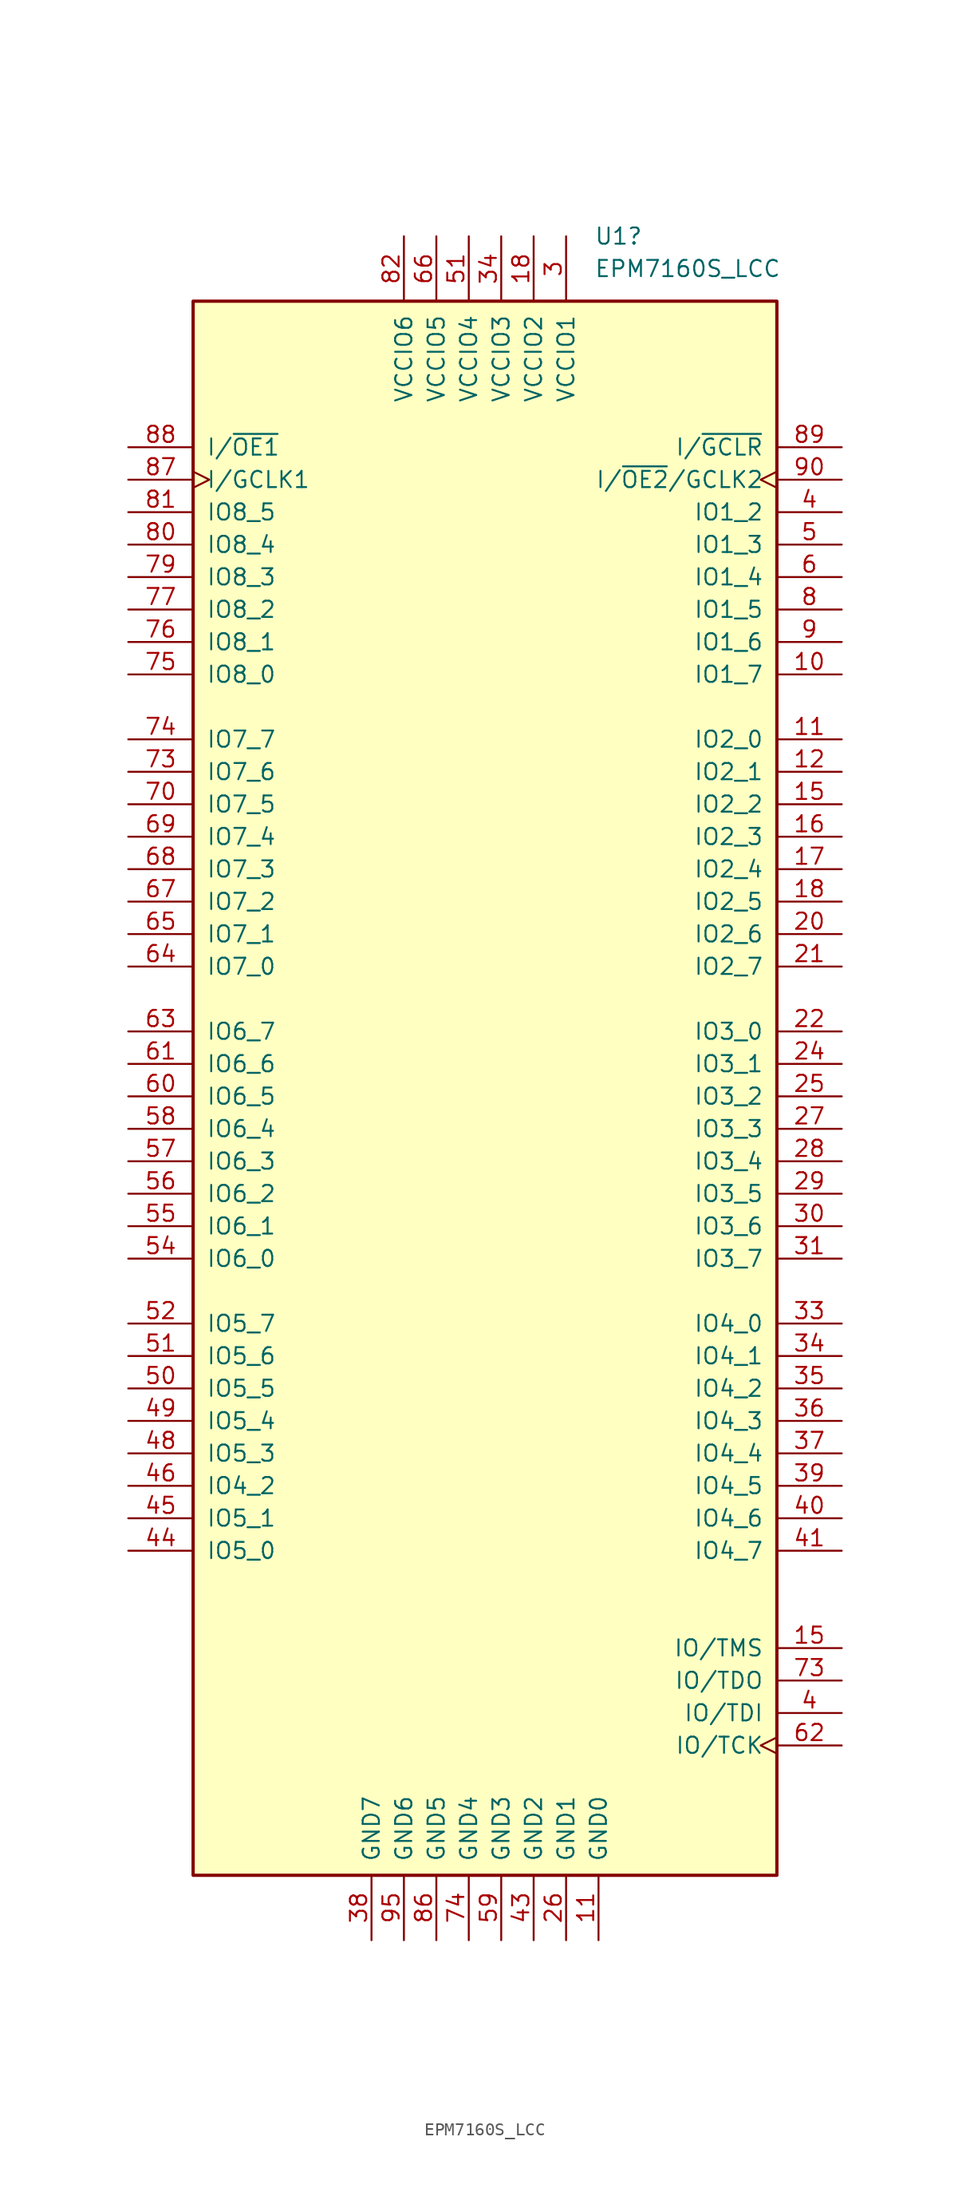
<source format=kicad_sym>
(kicad_symbol_lib
  (version 20241209)
  (generator "kicad_symbol_editor")
  (generator_version "9.0")
  (symbol "EPM7160S_LCC"
    (pin_names
      (offset 1.016))
    (property "Reference" "U1"
      (at 8.544 54.61 0)
      (effects (font (size 1.27 1.27)) (justify left)))
    (property "Value" "EPM7160S_LCC"
      (at 8.544 52.07 0)
      (effects (font (size 1.27 1.27)) (justify left)))
    (symbol "EPM7160S_LCC_1_1"
      (rectangle (start -22.86 49.53) (end 22.86 -73.66) (stroke (width 0.254) (type default)) (fill (type background)))
      (pin input line (at -27.94 38.1 0) (length 5.08) (name "I/~{OE1}" (effects (font (size 1.27 1.27)))) (number "88" (effects (font (size 1.27 1.27)))))
      (pin input clock (at -27.94 35.56 0) (length 5.08) (name "I/GCLK1" (effects (font (size 1.27 1.27)))) (number "87" (effects (font (size 1.27 1.27)))))
      (pin bidirectional line (at -27.94 33.02 0) (length 5.08) (name "IO8_5" (effects (font (size 1.27 1.27)))) (number "81" (effects (font (size 1.27 1.27)))))
      (pin bidirectional line (at -27.94 30.48 0) (length 5.08) (name "IO8_4" (effects (font (size 1.27 1.27)))) (number "80" (effects (font (size 1.27 1.27)))))
      (pin bidirectional line (at -27.94 27.94 0) (length 5.08) (name "IO8_3" (effects (font (size 1.27 1.27)))) (number "79" (effects (font (size 1.27 1.27)))))
      (pin bidirectional line (at -27.94 25.4 0) (length 5.08) (name "IO8_2" (effects (font (size 1.27 1.27)))) (number "77" (effects (font (size 1.27 1.27)))))
      (pin bidirectional line (at -27.94 22.86 0) (length 5.08) (name "IO8_1" (effects (font (size 1.27 1.27)))) (number "76" (effects (font (size 1.27 1.27)))))
      (pin bidirectional line (at -27.94 20.32 0) (length 5.08) (name "IO8_0" (effects (font (size 1.27 1.27)))) (number "75" (effects (font (size 1.27 1.27)))))
      (pin bidirectional line (at -27.94 15.24 0) (length 5.08) (name "IO7_7" (effects (font (size 1.27 1.27)))) (number "74" (effects (font (size 1.27 1.27)))))
      (pin bidirectional line (at -27.94 12.7 0) (length 5.08) (name "IO7_6" (effects (font (size 1.27 1.27)))) (number "73" (effects (font (size 1.27 1.27)))))
      (pin bidirectional line (at -27.94 10.16 0) (length 5.08) (name "IO7_5" (effects (font (size 1.27 1.27)))) (number "70" (effects (font (size 1.27 1.27)))))
      (pin bidirectional line (at -27.94 7.62 0) (length 5.08) (name "IO7_4" (effects (font (size 1.27 1.27)))) (number "69" (effects (font (size 1.27 1.27)))))
      (pin bidirectional line (at -27.94 5.08 0) (length 5.08) (name "IO7_3" (effects (font (size 1.27 1.27)))) (number "68" (effects (font (size 1.27 1.27)))))
      (pin bidirectional line (at -27.94 2.54 0) (length 5.08) (name "IO7_2" (effects (font (size 1.27 1.27)))) (number "67" (effects (font (size 1.27 1.27)))))
      (pin bidirectional line (at -27.94 0 0) (length 5.08) (name "IO7_1" (effects (font (size 1.27 1.27)))) (number "65" (effects (font (size 1.27 1.27)))))
      (pin bidirectional line (at -27.94 -2.54 0) (length 5.08) (name "IO7_0" (effects (font (size 1.27 1.27)))) (number "64" (effects (font (size 1.27 1.27)))))
      (pin bidirectional line (at -27.94 -7.62 0) (length 5.08) (name "IO6_7" (effects (font (size 1.27 1.27)))) (number "63" (effects (font (size 1.27 1.27)))))
      (pin bidirectional line (at -27.94 -10.16 0) (length 5.08) (name "IO6_6" (effects (font (size 1.27 1.27)))) (number "61" (effects (font (size 1.27 1.27)))))
      (pin bidirectional line (at -27.94 -12.7 0) (length 5.08) (name "IO6_5" (effects (font (size 1.27 1.27)))) (number "60" (effects (font (size 1.27 1.27)))))
      (pin bidirectional line (at -27.94 -15.24 0) (length 5.08) (name "IO6_4" (effects (font (size 1.27 1.27)))) (number "58" (effects (font (size 1.27 1.27)))))
      (pin bidirectional line (at -27.94 -17.78 0) (length 5.08) (name "IO6_3" (effects (font (size 1.27 1.27)))) (number "57" (effects (font (size 1.27 1.27)))))
      (pin bidirectional line (at -27.94 -20.32 0) (length 5.08) (name "IO6_2" (effects (font (size 1.27 1.27)))) (number "56" (effects (font (size 1.27 1.27)))))
      (pin bidirectional line (at -27.94 -22.86 0) (length 5.08) (name "IO6_1" (effects (font (size 1.27 1.27)))) (number "55" (effects (font (size 1.27 1.27)))))
      (pin bidirectional line (at -27.94 -25.4 0) (length 5.08) (name "IO6_0" (effects (font (size 1.27 1.27)))) (number "54" (effects (font (size 1.27 1.27)))))
      (pin bidirectional line (at -27.94 -30.48 0) (length 5.08) (name "IO5_7" (effects (font (size 1.27 1.27)))) (number "52" (effects (font (size 1.27 1.27)))))
      (pin bidirectional line (at -27.94 -33.02 0) (length 5.08) (name "IO5_6" (effects (font (size 1.27 1.27)))) (number "51" (effects (font (size 1.27 1.27)))))
      (pin bidirectional line (at -27.94 -35.56 0) (length 5.08) (name "IO5_5" (effects (font (size 1.27 1.27)))) (number "50" (effects (font (size 1.27 1.27)))))
      (pin bidirectional line (at -27.94 -38.1 0) (length 5.08) (name "IO5_4" (effects (font (size 1.27 1.27)))) (number "49" (effects (font (size 1.27 1.27)))))
      (pin bidirectional line (at -27.94 -40.64 0) (length 5.08) (name "IO5_3" (effects (font (size 1.27 1.27)))) (number "48" (effects (font (size 1.27 1.27)))))
      (pin bidirectional line (at -27.94 -43.18 0) (length 5.08) (name "IO4_2" (effects (font (size 1.27 1.27)))) (number "46" (effects (font (size 1.27 1.27)))))
      (pin bidirectional line (at -27.94 -45.72 0) (length 5.08) (name "IO5_1" (effects (font (size 1.27 1.27)))) (number "45" (effects (font (size 1.27 1.27)))))
      (pin bidirectional line (at -27.94 -48.26 0) (length 5.08) (name "IO5_0" (effects (font (size 1.27 1.27)))) (number "44" (effects (font (size 1.27 1.27)))))
      (pin power_in line (at -8.89 -78.74 90) (length 5.08) (name "GND7" (effects (font (size 1.27 1.27)))) (number "38" (effects (font (size 1.27 1.27)))))
      (pin power_in line (at -6.35 54.61 270) (length 5.08) (name "VCCIO6" (effects (font (size 1.27 1.27)))) (number "82" (effects (font (size 1.27 1.27)))))
      (pin power_in line (at -6.35 -78.74 90) (length 5.08) (name "GND6" (effects (font (size 1.27 1.27)))) (number "95" (effects (font (size 1.27 1.27)))))
      (pin power_in line (at -3.81 54.61 270) (length 5.08) (name "VCCIO5" (effects (font (size 1.27 1.27)))) (number "66" (effects (font (size 1.27 1.27)))))
      (pin power_in line (at -3.81 -78.74 90) (length 5.08) (name "GND5" (effects (font (size 1.27 1.27)))) (number "86" (effects (font (size 1.27 1.27)))))
      (pin power_in line (at -1.27 54.61 270) (length 5.08) (name "VCCIO4" (effects (font (size 1.27 1.27)))) (number "51" (effects (font (size 1.27 1.27)))))
      (pin power_in line (at -1.27 -78.74 90) (length 5.08) (name "GND4" (effects (font (size 1.27 1.27)))) (number "74" (effects (font (size 1.27 1.27)))))
      (pin power_in line (at 1.27 54.61 270) (length 5.08) (name "VCCIO3" (effects (font (size 1.27 1.27)))) (number "34" (effects (font (size 1.27 1.27)))))
      (pin power_in line (at 1.27 -78.74 90) (length 5.08) (name "GND3" (effects (font (size 1.27 1.27)))) (number "59" (effects (font (size 1.27 1.27)))))
      (pin power_in line (at 3.81 54.61 270) (length 5.08) (name "VCCIO2" (effects (font (size 1.27 1.27)))) (number "18" (effects (font (size 1.27 1.27)))))
      (pin power_in line (at 3.81 -78.74 90) (length 5.08) (name "GND2" (effects (font (size 1.27 1.27)))) (number "43" (effects (font (size 1.27 1.27)))))
      (pin power_in line (at 6.35 54.61 270) (length 5.08) (name "VCCIO1" (effects (font (size 1.27 1.27)))) (number "3" (effects (font (size 1.27 1.27)))))
      (pin power_in line (at 6.35 -78.74 90) (length 5.08) (name "GND1" (effects (font (size 1.27 1.27)))) (number "26" (effects (font (size 1.27 1.27)))))
      (pin power_in line (at 8.89 -78.74 90) (length 5.08) (name "GND0" (effects (font (size 1.27 1.27)))) (number "11" (effects (font (size 1.27 1.27)))))
      (pin input line (at 27.94 38.1 180) (length 5.08) (name "I/~{GCLR}" (effects (font (size 1.27 1.27)))) (number "89" (effects (font (size 1.27 1.27)))))
      (pin input clock (at 27.94 35.56 180) (length 5.08) (name "I/~{OE2}/GCLK2" (effects (font (size 1.27 1.27)))) (number "90" (effects (font (size 1.27 1.27)))))
      (pin bidirectional line (at 27.94 33.02 180) (length 5.08) (name "IO1_2" (effects (font (size 1.27 1.27)))) (number "4" (effects (font (size 1.27 1.27)))))
      (pin bidirectional line (at 27.94 30.48 180) (length 5.08) (name "IO1_3" (effects (font (size 1.27 1.27)))) (number "5" (effects (font (size 1.27 1.27)))))
      (pin bidirectional line (at 27.94 27.94 180) (length 5.08) (name "IO1_4" (effects (font (size 1.27 1.27)))) (number "6" (effects (font (size 1.27 1.27)))))
      (pin bidirectional line (at 27.94 25.4 180) (length 5.08) (name "IO1_5" (effects (font (size 1.27 1.27)))) (number "8" (effects (font (size 1.27 1.27)))))
      (pin bidirectional line (at 27.94 22.86 180) (length 5.08) (name "IO1_6" (effects (font (size 1.27 1.27)))) (number "9" (effects (font (size 1.27 1.27)))))
      (pin bidirectional line (at 27.94 20.32 180) (length 5.08) (name "IO1_7" (effects (font (size 1.27 1.27)))) (number "10" (effects (font (size 1.27 1.27)))))
      (pin bidirectional line (at 27.94 15.24 180) (length 5.08) (name "IO2_0" (effects (font (size 1.27 1.27)))) (number "11" (effects (font (size 1.27 1.27)))))
      (pin bidirectional line (at 27.94 12.7 180) (length 5.08) (name "IO2_1" (effects (font (size 1.27 1.27)))) (number "12" (effects (font (size 1.27 1.27)))))
      (pin bidirectional line (at 27.94 10.16 180) (length 5.08) (name "IO2_2" (effects (font (size 1.27 1.27)))) (number "15" (effects (font (size 1.27 1.27)))))
      (pin bidirectional line (at 27.94 7.62 180) (length 5.08) (name "IO2_3" (effects (font (size 1.27 1.27)))) (number "16" (effects (font (size 1.27 1.27)))))
      (pin bidirectional line (at 27.94 5.08 180) (length 5.08) (name "IO2_4" (effects (font (size 1.27 1.27)))) (number "17" (effects (font (size 1.27 1.27)))))
      (pin bidirectional line (at 27.94 2.54 180) (length 5.08) (name "IO2_5" (effects (font (size 1.27 1.27)))) (number "18" (effects (font (size 1.27 1.27)))))
      (pin bidirectional line (at 27.94 0 180) (length 5.08) (name "IO2_6" (effects (font (size 1.27 1.27)))) (number "20" (effects (font (size 1.27 1.27)))))
      (pin bidirectional line (at 27.94 -2.54 180) (length 5.08) (name "IO2_7" (effects (font (size 1.27 1.27)))) (number "21" (effects (font (size 1.27 1.27)))))
      (pin bidirectional line (at 27.94 -7.62 180) (length 5.08) (name "IO3_0" (effects (font (size 1.27 1.27)))) (number "22" (effects (font (size 1.27 1.27)))))
      (pin bidirectional line (at 27.94 -10.16 180) (length 5.08) (name "IO3_1" (effects (font (size 1.27 1.27)))) (number "24" (effects (font (size 1.27 1.27)))))
      (pin bidirectional line (at 27.94 -12.7 180) (length 5.08) (name "IO3_2" (effects (font (size 1.27 1.27)))) (number "25" (effects (font (size 1.27 1.27)))))
      (pin bidirectional line (at 27.94 -15.24 180) (length 5.08) (name "IO3_3" (effects (font (size 1.27 1.27)))) (number "27" (effects (font (size 1.27 1.27)))))
      (pin bidirectional line (at 27.94 -17.78 180) (length 5.08) (name "IO3_4" (effects (font (size 1.27 1.27)))) (number "28" (effects (font (size 1.27 1.27)))))
      (pin bidirectional line (at 27.94 -20.32 180) (length 5.08) (name "IO3_5" (effects (font (size 1.27 1.27)))) (number "29" (effects (font (size 1.27 1.27)))))
      (pin bidirectional line (at 27.94 -22.86 180) (length 5.08) (name "IO3_6" (effects (font (size 1.27 1.27)))) (number "30" (effects (font (size 1.27 1.27)))))
      (pin bidirectional line (at 27.94 -25.4 180) (length 5.08) (name "IO3_7" (effects (font (size 1.27 1.27)))) (number "31" (effects (font (size 1.27 1.27)))))
      (pin bidirectional line (at 27.94 -30.48 180) (length 5.08) (name "IO4_0" (effects (font (size 1.27 1.27)))) (number "33" (effects (font (size 1.27 1.27)))))
      (pin bidirectional line (at 27.94 -33.02 180) (length 5.08) (name "IO4_1" (effects (font (size 1.27 1.27)))) (number "34" (effects (font (size 1.27 1.27)))))
      (pin bidirectional line (at 27.94 -35.56 180) (length 5.08) (name "IO4_2" (effects (font (size 1.27 1.27)))) (number "35" (effects (font (size 1.27 1.27)))))
      (pin bidirectional line (at 27.94 -38.1 180) (length 5.08) (name "IO4_3" (effects (font (size 1.27 1.27)))) (number "36" (effects (font (size 1.27 1.27)))))
      (pin bidirectional line (at 27.94 -40.64 180) (length 5.08) (name "IO4_4" (effects (font (size 1.27 1.27)))) (number "37" (effects (font (size 1.27 1.27)))))
      (pin bidirectional line (at 27.94 -43.18 180) (length 5.08) (name "IO4_5" (effects (font (size 1.27 1.27)))) (number "39" (effects (font (size 1.27 1.27)))))
      (pin bidirectional line (at 27.94 -45.72 180) (length 5.08) (name "IO4_6" (effects (font (size 1.27 1.27)))) (number "40" (effects (font (size 1.27 1.27)))))
      (pin bidirectional line (at 27.94 -48.26 180) (length 5.08) (name "IO4_7" (effects (font (size 1.27 1.27)))) (number "41" (effects (font (size 1.27 1.27)))))
      (pin bidirectional line (at 27.94 -55.88 180) (length 5.08) (name "IO/TMS" (effects (font (size 1.27 1.27)))) (number "15" (effects (font (size 1.27 1.27)))))
      (pin bidirectional line (at 27.94 -58.42 180) (length 5.08) (name "IO/TDO" (effects (font (size 1.27 1.27)))) (number "73" (effects (font (size 1.27 1.27)))))
      (pin bidirectional line (at 27.94 -60.96 180) (length 5.08) (name "IO/TDI" (effects (font (size 1.27 1.27)))) (number "4" (effects (font (size 1.27 1.27)))))
      (pin bidirectional clock (at 27.94 -63.5 180) (length 5.08) (name "IO/TCK" (effects (font (size 1.27 1.27)))) (number "62" (effects (font (size 1.27 1.27))))))))
</source>
